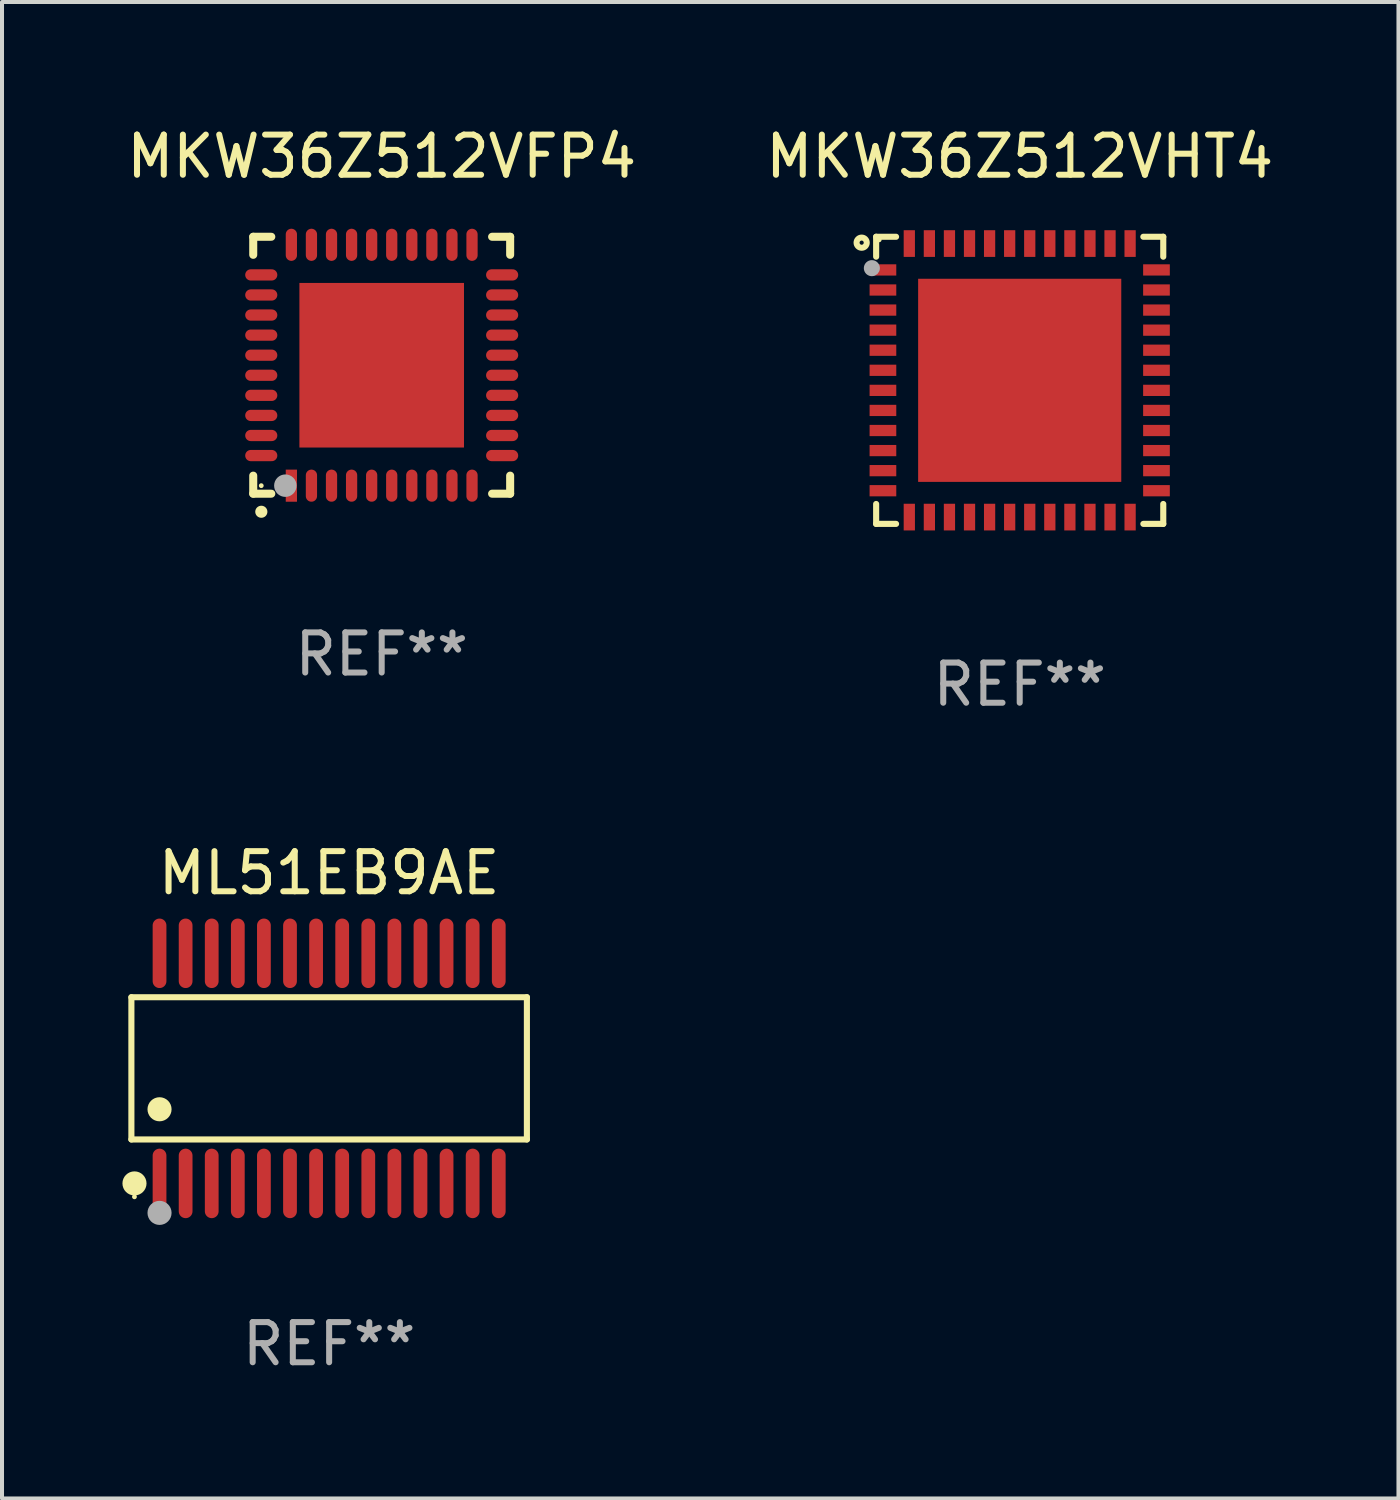
<source format=kicad_pcb>
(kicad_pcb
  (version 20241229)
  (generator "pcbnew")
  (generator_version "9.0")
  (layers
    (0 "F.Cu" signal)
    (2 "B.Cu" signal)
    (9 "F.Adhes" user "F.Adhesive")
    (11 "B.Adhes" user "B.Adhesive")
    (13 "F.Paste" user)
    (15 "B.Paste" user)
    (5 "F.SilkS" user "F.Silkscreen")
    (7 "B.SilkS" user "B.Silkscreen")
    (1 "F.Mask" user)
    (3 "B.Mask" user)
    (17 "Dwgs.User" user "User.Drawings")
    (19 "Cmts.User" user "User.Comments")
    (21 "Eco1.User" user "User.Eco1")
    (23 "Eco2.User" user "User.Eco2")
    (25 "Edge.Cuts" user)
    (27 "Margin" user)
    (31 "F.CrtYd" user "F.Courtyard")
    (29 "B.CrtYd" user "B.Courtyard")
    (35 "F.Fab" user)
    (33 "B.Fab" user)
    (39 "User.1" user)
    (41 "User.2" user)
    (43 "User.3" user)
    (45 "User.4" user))
  (footprint "ML51EB9AE"
    (layer "F.Cu")
    (at 5.149 23.563)
    (property "Reference" "ML51EB9AE" (at 0 -4.866 0) (layer "F.SilkS") (effects (font (size 1 1) (thickness 0.15))))
    (attr through_hole)
    (fp_line (start -4.926 -1.772) (end 4.926 -1.772) (stroke (width 0.152) (type solid)) (layer "F.SilkS"))
    (fp_line (start -4.926 1.771) (end -4.926 -1.772) (stroke (width 0.152) (type solid)) (layer "F.SilkS"))
    (fp_line (start 4.926 -1.772) (end 4.926 1.771) (stroke (width 0.152) (type solid)) (layer "F.SilkS"))
    (fp_line (start 4.926 1.771) (end -4.926 1.771) (stroke (width 0.152) (type solid)) (layer "F.SilkS"))
    (fp_circle (center -4.85 3.2) (end -4.82 3.2) (stroke (width 0.06) (type solid)) (fill no) (layer "F.SilkS"))
    (fp_circle (center -4.849 2.866) (end -4.699 2.866) (stroke (width 0.3) (type solid)) (fill no) (layer "F.SilkS"))
    (fp_circle (center -4.225 1.019) (end -4.075 1.019) (stroke (width 0.3) (type solid)) (fill no) (layer "F.SilkS"))
    (fp_circle (center -4.225 3.6) (end -4.075 3.6) (stroke (width 0.3) (type solid)) (fill no) (layer "F.Fab"))
    (fp_text user "REF**" (at 0 6.866 0) (layer "F.Fab") (effects (font (size 1 1) (thickness 0.15))))
    (pad "1" smd oval (at -4.225 2.866) (size 0.343 1.731) (layers "F.Cu" "F.Mask" "F.Paste"))
    (pad "2" smd oval (at -3.575 2.866) (size 0.343 1.731) (layers "F.Cu" "F.Mask" "F.Paste"))
    (pad "3" smd oval (at -2.925 2.866) (size 0.343 1.731) (layers "F.Cu" "F.Mask" "F.Paste"))
    (pad "4" smd oval (at -2.275 2.866) (size 0.343 1.731) (layers "F.Cu" "F.Mask" "F.Paste"))
    (pad "5" smd oval (at -1.625 2.866) (size 0.343 1.731) (layers "F.Cu" "F.Mask" "F.Paste"))
    (pad "6" smd oval (at -0.975 2.866) (size 0.343 1.731) (layers "F.Cu" "F.Mask" "F.Paste"))
    (pad "7" smd oval (at -0.325 2.866) (size 0.343 1.731) (layers "F.Cu" "F.Mask" "F.Paste"))
    (pad "8" smd oval (at 0.325 2.866) (size 0.343 1.731) (layers "F.Cu" "F.Mask" "F.Paste"))
    (pad "9" smd oval (at 0.975 2.866) (size 0.343 1.731) (layers "F.Cu" "F.Mask" "F.Paste"))
    (pad "10" smd oval (at 1.625 2.866) (size 0.343 1.731) (layers "F.Cu" "F.Mask" "F.Paste"))
    (pad "11" smd oval (at 2.275 2.866) (size 0.343 1.731) (layers "F.Cu" "F.Mask" "F.Paste"))
    (pad "12" smd oval (at 2.925 2.866) (size 0.343 1.731) (layers "F.Cu" "F.Mask" "F.Paste"))
    (pad "13" smd oval (at 3.575 2.866) (size 0.343 1.731) (layers "F.Cu" "F.Mask" "F.Paste"))
    (pad "14" smd oval (at 4.225 2.866) (size 0.343 1.731) (layers "F.Cu" "F.Mask" "F.Paste"))
    (pad "15" smd oval (at 4.225 -2.866) (size 0.343 1.731) (layers "F.Cu" "F.Mask" "F.Paste"))
    (pad "16" smd oval (at 3.575 -2.866) (size 0.343 1.731) (layers "F.Cu" "F.Mask" "F.Paste"))
    (pad "17" smd oval (at 2.925 -2.866) (size 0.343 1.731) (layers "F.Cu" "F.Mask" "F.Paste"))
    (pad "18" smd oval (at 2.275 -2.866) (size 0.343 1.731) (layers "F.Cu" "F.Mask" "F.Paste"))
    (pad "19" smd oval (at 1.625 -2.866) (size 0.343 1.731) (layers "F.Cu" "F.Mask" "F.Paste"))
    (pad "20" smd oval (at 0.975 -2.866) (size 0.343 1.731) (layers "F.Cu" "F.Mask" "F.Paste"))
    (pad "21" smd oval (at 0.325 -2.866) (size 0.343 1.731) (layers "F.Cu" "F.Mask" "F.Paste"))
    (pad "22" smd oval (at -0.325 -2.866) (size 0.343 1.731) (layers "F.Cu" "F.Mask" "F.Paste"))
    (pad "23" smd oval (at -0.975 -2.866) (size 0.343 1.731) (layers "F.Cu" "F.Mask" "F.Paste"))
    (pad "24" smd oval (at -1.625 -2.866) (size 0.343 1.731) (layers "F.Cu" "F.Mask" "F.Paste"))
    (pad "25" smd oval (at -2.275 -2.866) (size 0.343 1.731) (layers "F.Cu" "F.Mask" "F.Paste"))
    (pad "26" smd oval (at -2.925 -2.866) (size 0.343 1.731) (layers "F.Cu" "F.Mask" "F.Paste"))
    (pad "27" smd oval (at -3.575 -2.866) (size 0.343 1.731) (layers "F.Cu" "F.Mask" "F.Paste"))
    (pad "28" smd oval (at -4.225 -2.866) (size 0.343 1.731) (layers "F.Cu" "F.Mask" "F.Paste")))
  (footprint "MKW36Z512VHT4"
    (layer "F.Cu")
    (at 22.351 6.424)
    (property "Reference" "MKW36Z512VHT4" (at 0 -5.576 0) (layer "F.SilkS") (effects (font (size 1 1) (thickness 0.15))))
    (attr through_hole)
    (fp_line (start -3.576 -3.576) (end -3.576 -3.08) (stroke (width 0.152) (type solid)) (layer "F.SilkS"))
    (fp_line (start -3.576 3.576) (end -3.576 3.08) (stroke (width 0.152) (type solid)) (layer "F.SilkS"))
    (fp_line (start -3.08 -3.576) (end -3.576 -3.576) (stroke (width 0.152) (type solid)) (layer "F.SilkS"))
    (fp_line (start -3.08 3.576) (end -3.576 3.576) (stroke (width 0.152) (type solid)) (layer "F.SilkS"))
    (fp_line (start 3.08 -3.576) (end 3.576 -3.576) (stroke (width 0.152) (type solid)) (layer "F.SilkS"))
    (fp_line (start 3.08 3.576) (end 3.576 3.576) (stroke (width 0.152) (type solid)) (layer "F.SilkS"))
    (fp_line (start 3.576 -3.576) (end 3.576 -3.08) (stroke (width 0.152) (type solid)) (layer "F.SilkS"))
    (fp_line (start 3.576 3.576) (end 3.576 3.08) (stroke (width 0.152) (type solid)) (layer "F.SilkS"))
    (fp_circle (center -3.937 -3.429) (end -3.81 -3.429) (stroke (width 0.15) (type solid)) (fill no) (layer "F.SilkS"))
    (fp_circle (center -3.5 -3.5) (end -3.47 -3.5) (stroke (width 0.06) (type solid)) (fill no) (layer "F.SilkS"))
    (fp_circle (center -3.683 -2.794) (end -3.583 -2.794) (stroke (width 0.2) (type solid)) (fill no) (layer "F.Fab"))
    (fp_text user "REF**" (at 0 7.576 0) (layer "F.Fab") (effects (font (size 1 1) (thickness 0.15))))
    (pad "1" smd rect (at -3.407 -2.75) (size 0.665 0.28) (layers "F.Cu" "F.Mask" "F.Paste"))
    (pad "2" smd rect (at -3.407 -2.25) (size 0.665 0.28) (layers "F.Cu" "F.Mask" "F.Paste"))
    (pad "3" smd rect (at -3.407 -1.75) (size 0.665 0.28) (layers "F.Cu" "F.Mask" "F.Paste"))
    (pad "4" smd rect (at -3.407 -1.25) (size 0.665 0.28) (layers "F.Cu" "F.Mask" "F.Paste"))
    (pad "5" smd rect (at -3.407 -0.75) (size 0.665 0.28) (layers "F.Cu" "F.Mask" "F.Paste"))
    (pad "6" smd rect (at -3.407 -0.25) (size 0.665 0.28) (layers "F.Cu" "F.Mask" "F.Paste"))
    (pad "7" smd rect (at -3.407 0.25) (size 0.665 0.28) (layers "F.Cu" "F.Mask" "F.Paste"))
    (pad "8" smd rect (at -3.407 0.75) (size 0.665 0.28) (layers "F.Cu" "F.Mask" "F.Paste"))
    (pad "9" smd rect (at -3.407 1.25) (size 0.665 0.28) (layers "F.Cu" "F.Mask" "F.Paste"))
    (pad "10" smd rect (at -3.407 1.75) (size 0.665 0.28) (layers "F.Cu" "F.Mask" "F.Paste"))
    (pad "11" smd rect (at -3.407 2.25) (size 0.665 0.28) (layers "F.Cu" "F.Mask" "F.Paste"))
    (pad "12" smd rect (at -3.407 2.75) (size 0.665 0.28) (layers "F.Cu" "F.Mask" "F.Paste"))
    (pad "13" smd rect (at -2.75 3.407) (size 0.28 0.665) (layers "F.Cu" "F.Mask" "F.Paste"))
    (pad "14" smd rect (at -2.25 3.407) (size 0.28 0.665) (layers "F.Cu" "F.Mask" "F.Paste"))
    (pad "15" smd rect (at -1.75 3.407) (size 0.28 0.665) (layers "F.Cu" "F.Mask" "F.Paste"))
    (pad "16" smd rect (at -1.25 3.407) (size 0.28 0.665) (layers "F.Cu" "F.Mask" "F.Paste"))
    (pad "17" smd rect (at -0.75 3.407) (size 0.28 0.665) (layers "F.Cu" "F.Mask" "F.Paste"))
    (pad "18" smd rect (at -0.25 3.407) (size 0.28 0.665) (layers "F.Cu" "F.Mask" "F.Paste"))
    (pad "19" smd rect (at 0.25 3.407) (size 0.28 0.665) (layers "F.Cu" "F.Mask" "F.Paste"))
    (pad "20" smd rect (at 0.75 3.407) (size 0.28 0.665) (layers "F.Cu" "F.Mask" "F.Paste"))
    (pad "21" smd rect (at 1.25 3.407) (size 0.28 0.665) (layers "F.Cu" "F.Mask" "F.Paste"))
    (pad "22" smd rect (at 1.75 3.407) (size 0.28 0.665) (layers "F.Cu" "F.Mask" "F.Paste"))
    (pad "23" smd rect (at 2.25 3.407) (size 0.28 0.665) (layers "F.Cu" "F.Mask" "F.Paste"))
    (pad "24" smd rect (at 2.75 3.407) (size 0.28 0.665) (layers "F.Cu" "F.Mask" "F.Paste"))
    (pad "25" smd rect (at 3.407 2.75) (size 0.665 0.28) (layers "F.Cu" "F.Mask" "F.Paste"))
    (pad "26" smd rect (at 3.407 2.25) (size 0.665 0.28) (layers "F.Cu" "F.Mask" "F.Paste"))
    (pad "27" smd rect (at 3.407 1.75) (size 0.665 0.28) (layers "F.Cu" "F.Mask" "F.Paste"))
    (pad "28" smd rect (at 3.407 1.25) (size 0.665 0.28) (layers "F.Cu" "F.Mask" "F.Paste"))
    (pad "29" smd rect (at 3.407 0.75) (size 0.665 0.28) (layers "F.Cu" "F.Mask" "F.Paste"))
    (pad "30" smd rect (at 3.407 0.25) (size 0.665 0.28) (layers "F.Cu" "F.Mask" "F.Paste"))
    (pad "31" smd rect (at 3.407 -0.25) (size 0.665 0.28) (layers "F.Cu" "F.Mask" "F.Paste"))
    (pad "32" smd rect (at 3.407 -0.75) (size 0.665 0.28) (layers "F.Cu" "F.Mask" "F.Paste"))
    (pad "33" smd rect (at 3.407 -1.25) (size 0.665 0.28) (layers "F.Cu" "F.Mask" "F.Paste"))
    (pad "34" smd rect (at 3.407 -1.75) (size 0.665 0.28) (layers "F.Cu" "F.Mask" "F.Paste"))
    (pad "35" smd rect (at 3.407 -2.25) (size 0.665 0.28) (layers "F.Cu" "F.Mask" "F.Paste"))
    (pad "36" smd rect (at 3.407 -2.75) (size 0.665 0.28) (layers "F.Cu" "F.Mask" "F.Paste"))
    (pad "37" smd rect (at 2.75 -3.407) (size 0.28 0.665) (layers "F.Cu" "F.Mask" "F.Paste"))
    (pad "38" smd rect (at 2.25 -3.407) (size 0.28 0.665) (layers "F.Cu" "F.Mask" "F.Paste"))
    (pad "39" smd rect (at 1.75 -3.407) (size 0.28 0.665) (layers "F.Cu" "F.Mask" "F.Paste"))
    (pad "40" smd rect (at 1.25 -3.407) (size 0.28 0.665) (layers "F.Cu" "F.Mask" "F.Paste"))
    (pad "41" smd rect (at 0.75 -3.407) (size 0.28 0.665) (layers "F.Cu" "F.Mask" "F.Paste"))
    (pad "42" smd rect (at 0.25 -3.407) (size 0.28 0.665) (layers "F.Cu" "F.Mask" "F.Paste"))
    (pad "43" smd rect (at -0.25 -3.407) (size 0.28 0.665) (layers "F.Cu" "F.Mask" "F.Paste"))
    (pad "44" smd rect (at -0.75 -3.407) (size 0.28 0.665) (layers "F.Cu" "F.Mask" "F.Paste"))
    (pad "45" smd rect (at -1.25 -3.407) (size 0.28 0.665) (layers "F.Cu" "F.Mask" "F.Paste"))
    (pad "46" smd rect (at -1.75 -3.407) (size 0.28 0.665) (layers "F.Cu" "F.Mask" "F.Paste"))
    (pad "47" smd rect (at -2.25 -3.407) (size 0.28 0.665) (layers "F.Cu" "F.Mask" "F.Paste"))
    (pad "48" smd rect (at -2.75 -3.407) (size 0.28 0.665) (layers "F.Cu" "F.Mask" "F.Paste"))
    (pad "49" smd rect (at 0 0) (size 5.06 5.06) (layers "F.Cu" "F.Mask" "F.Paste")))
  (footprint "MKW36Z512VFP4"
    (layer "F.Cu")
    (at 6.458 6.048)
    (property "Reference" "MKW36Z512VFP4" (at 0 -5.2 0) (layer "F.SilkS") (effects (font (size 1 1) (thickness 0.15))))
    (attr through_hole)
    (fp_line (start -3.2 -3.2) (end -3.2 -2.75) (stroke (width 0.2) (type solid)) (layer "F.SilkS"))
    (fp_line (start -3.2 3.2) (end -3.2 2.75) (stroke (width 0.2) (type solid)) (layer "F.SilkS"))
    (fp_line (start -2.75 -3.2) (end -3.2 -3.2) (stroke (width 0.2) (type solid)) (layer "F.SilkS"))
    (fp_line (start -2.75 3.2) (end -3.2 3.2) (stroke (width 0.2) (type solid)) (layer "F.SilkS"))
    (fp_line (start 3.2 -3.2) (end 2.75 -3.2) (stroke (width 0.2) (type solid)) (layer "F.SilkS"))
    (fp_line (start 3.2 -2.75) (end 3.2 -3.2) (stroke (width 0.2) (type solid)) (layer "F.SilkS"))
    (fp_line (start 3.2 2.75) (end 3.2 3.2) (stroke (width 0.2) (type solid)) (layer "F.SilkS"))
    (fp_line (start 3.2 3.2) (end 2.75 3.2) (stroke (width 0.2) (type solid)) (layer "F.SilkS"))
    (fp_arc (start -2.999746 3.649987) (mid -2.998476 3.649982) (end -2.997206 3.649987) (stroke (width 0.3) (type solid)) (layer "F.SilkS"))
    (fp_circle (center -3 3) (end -2.97 3) (stroke (width 0.06) (type solid)) (fill no) (layer "F.SilkS"))
    (fp_circle (center -2.4 3) (end -2.26 3) (stroke (width 0.28) (type solid)) (fill no) (layer "F.Fab"))
    (fp_text user "REF**" (at 0 7.2 0) (layer "F.Fab") (effects (font (size 1 1) (thickness 0.15))))
    (pad "1" smd rect (at -2.25 3) (size 0.28 0.8) (layers "F.Cu" "F.Mask" "F.Paste"))
    (pad "2" smd oval (at -1.75 3) (size 0.28 0.8) (layers "F.Cu" "F.Mask" "F.Paste"))
    (pad "3" smd oval (at -1.25 3) (size 0.28 0.8) (layers "F.Cu" "F.Mask" "F.Paste"))
    (pad "4" smd oval (at -0.75 3) (size 0.28 0.8) (layers "F.Cu" "F.Mask" "F.Paste"))
    (pad "5" smd oval (at -0.25 3) (size 0.28 0.8) (layers "F.Cu" "F.Mask" "F.Paste"))
    (pad "6" smd oval (at 0.25 3) (size 0.28 0.8) (layers "F.Cu" "F.Mask" "F.Paste"))
    (pad "7" smd oval (at 0.75 3) (size 0.28 0.8) (layers "F.Cu" "F.Mask" "F.Paste"))
    (pad "8" smd oval (at 1.25 3) (size 0.28 0.8) (layers "F.Cu" "F.Mask" "F.Paste"))
    (pad "9" smd oval (at 1.75 3) (size 0.28 0.8) (layers "F.Cu" "F.Mask" "F.Paste"))
    (pad "10" smd oval (at 2.25 3) (size 0.28 0.8) (layers "F.Cu" "F.Mask" "F.Paste"))
    (pad "11" smd oval (at 3 2.25) (size 0.8 0.28) (layers "F.Cu" "F.Mask" "F.Paste"))
    (pad "12" smd oval (at 3 1.75) (size 0.8 0.28) (layers "F.Cu" "F.Mask" "F.Paste"))
    (pad "13" smd oval (at 3 1.25) (size 0.8 0.28) (layers "F.Cu" "F.Mask" "F.Paste"))
    (pad "14" smd oval (at 3 0.75) (size 0.8 0.28) (layers "F.Cu" "F.Mask" "F.Paste"))
    (pad "15" smd oval (at 3 0.25) (size 0.8 0.28) (layers "F.Cu" "F.Mask" "F.Paste"))
    (pad "16" smd oval (at 3 -0.25) (size 0.8 0.28) (layers "F.Cu" "F.Mask" "F.Paste"))
    (pad "17" smd oval (at 3 -0.75) (size 0.8 0.28) (layers "F.Cu" "F.Mask" "F.Paste"))
    (pad "18" smd oval (at 3 -1.25) (size 0.8 0.28) (layers "F.Cu" "F.Mask" "F.Paste"))
    (pad "19" smd oval (at 3 -1.75) (size 0.8 0.28) (layers "F.Cu" "F.Mask" "F.Paste"))
    (pad "20" smd oval (at 3 -2.25) (size 0.8 0.28) (layers "F.Cu" "F.Mask" "F.Paste"))
    (pad "21" smd oval (at 2.25 -3) (size 0.28 0.8) (layers "F.Cu" "F.Mask" "F.Paste"))
    (pad "22" smd oval (at 1.75 -3) (size 0.28 0.8) (layers "F.Cu" "F.Mask" "F.Paste"))
    (pad "23" smd oval (at 1.25 -3) (size 0.28 0.8) (layers "F.Cu" "F.Mask" "F.Paste"))
    (pad "24" smd oval (at 0.75 -3) (size 0.28 0.8) (layers "F.Cu" "F.Mask" "F.Paste"))
    (pad "25" smd oval (at 0.25 -3) (size 0.28 0.8) (layers "F.Cu" "F.Mask" "F.Paste"))
    (pad "26" smd oval (at -0.25 -3) (size 0.28 0.8) (layers "F.Cu" "F.Mask" "F.Paste"))
    (pad "27" smd oval (at -0.75 -3) (size 0.28 0.8) (layers "F.Cu" "F.Mask" "F.Paste"))
    (pad "28" smd oval (at -1.25 -3) (size 0.28 0.8) (layers "F.Cu" "F.Mask" "F.Paste"))
    (pad "29" smd oval (at -1.75 -3) (size 0.28 0.8) (layers "F.Cu" "F.Mask" "F.Paste"))
    (pad "30" smd oval (at -2.25 -3) (size 0.28 0.8) (layers "F.Cu" "F.Mask" "F.Paste"))
    (pad "31" smd oval (at -3 -2.25) (size 0.8 0.28) (layers "F.Cu" "F.Mask" "F.Paste"))
    (pad "32" smd oval (at -3 -1.75) (size 0.8 0.28) (layers "F.Cu" "F.Mask" "F.Paste"))
    (pad "33" smd oval (at -3 -1.25) (size 0.8 0.28) (layers "F.Cu" "F.Mask" "F.Paste"))
    (pad "34" smd oval (at -3 -0.75) (size 0.8 0.28) (layers "F.Cu" "F.Mask" "F.Paste"))
    (pad "35" smd oval (at -3 -0.25) (size 0.8 0.28) (layers "F.Cu" "F.Mask" "F.Paste"))
    (pad "36" smd oval (at -3 0.25) (size 0.8 0.28) (layers "F.Cu" "F.Mask" "F.Paste"))
    (pad "37" smd oval (at -3 0.75) (size 0.8 0.28) (layers "F.Cu" "F.Mask" "F.Paste"))
    (pad "38" smd oval (at -3 1.25) (size 0.8 0.28) (layers "F.Cu" "F.Mask" "F.Paste"))
    (pad "39" smd oval (at -3 1.75) (size 0.8 0.28) (layers "F.Cu" "F.Mask" "F.Paste"))
    (pad "40" smd oval (at -3 2.25) (size 0.8 0.28) (layers "F.Cu" "F.Mask" "F.Paste"))
    (pad "41" smd rect (at 0.000051 0.000051) (size 4.1 4.1) (layers "F.Cu" "F.Mask" "F.Paste")))
  (gr_rect
    (start -3 -3)
    (end 31.786 34.277)
    (stroke (width 0.1) (type default))
    (fill no)
    (layer "Edge.Cuts")))
</source>
